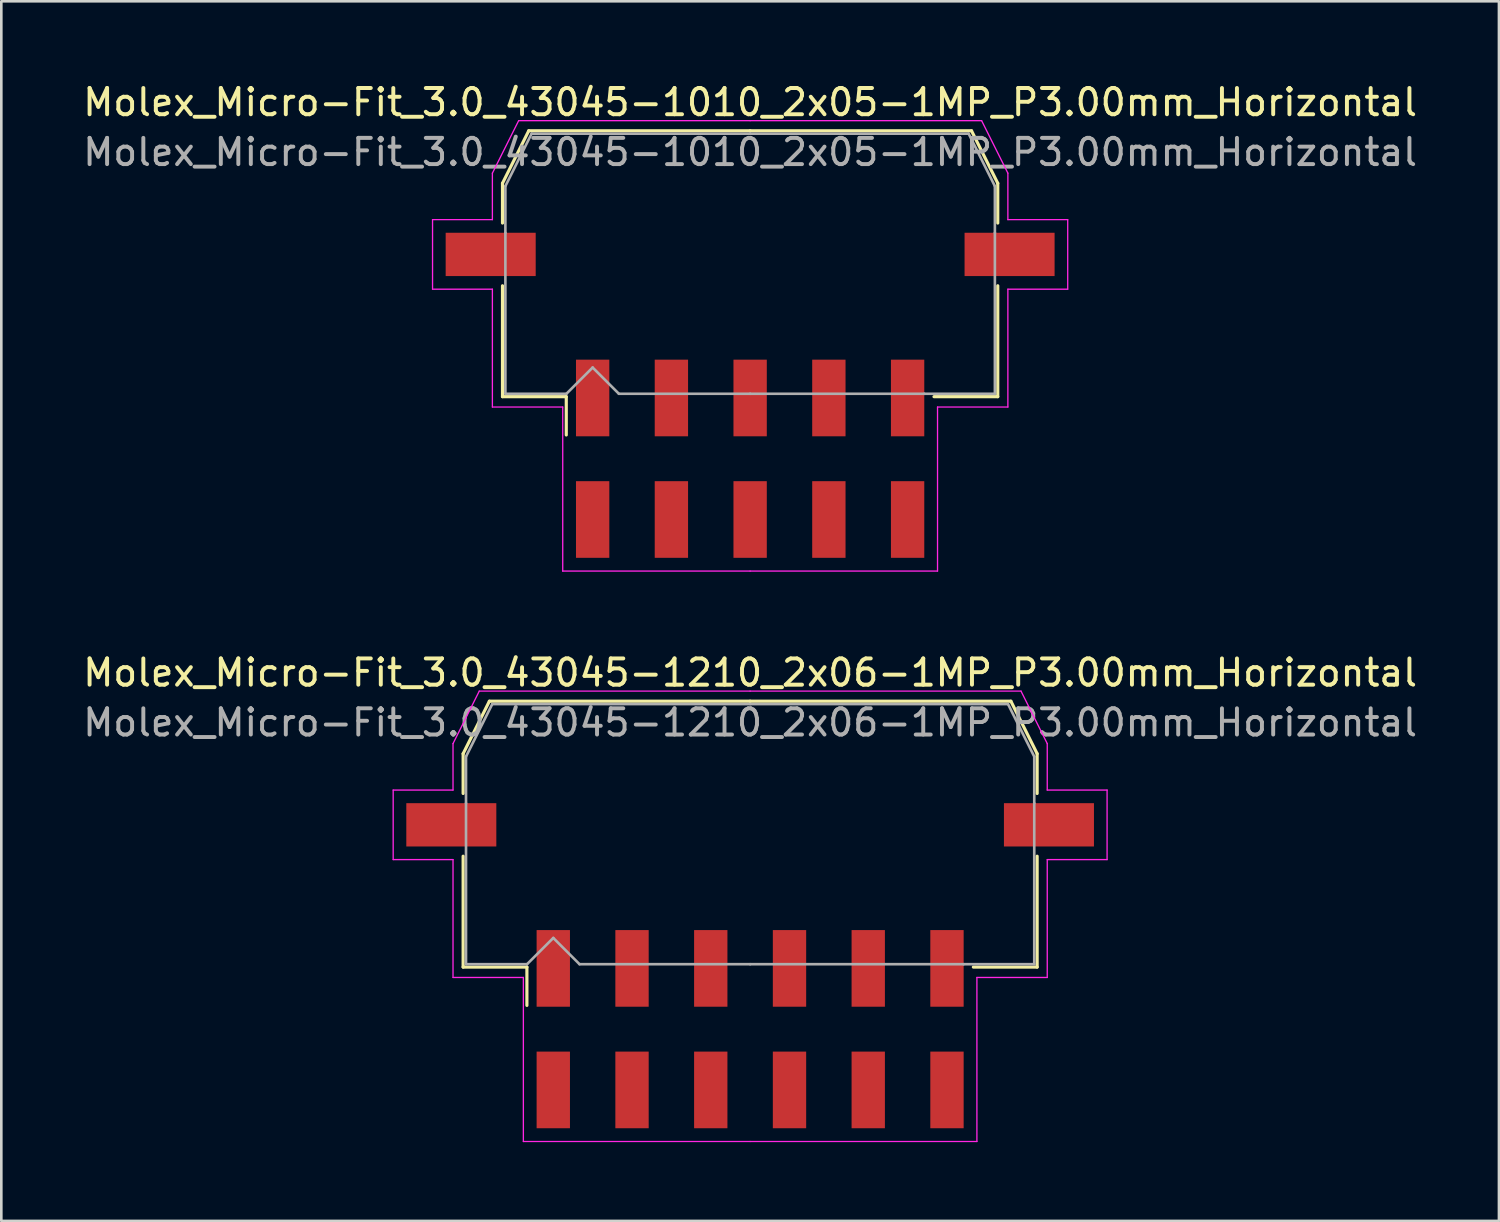
<source format=kicad_pcb>
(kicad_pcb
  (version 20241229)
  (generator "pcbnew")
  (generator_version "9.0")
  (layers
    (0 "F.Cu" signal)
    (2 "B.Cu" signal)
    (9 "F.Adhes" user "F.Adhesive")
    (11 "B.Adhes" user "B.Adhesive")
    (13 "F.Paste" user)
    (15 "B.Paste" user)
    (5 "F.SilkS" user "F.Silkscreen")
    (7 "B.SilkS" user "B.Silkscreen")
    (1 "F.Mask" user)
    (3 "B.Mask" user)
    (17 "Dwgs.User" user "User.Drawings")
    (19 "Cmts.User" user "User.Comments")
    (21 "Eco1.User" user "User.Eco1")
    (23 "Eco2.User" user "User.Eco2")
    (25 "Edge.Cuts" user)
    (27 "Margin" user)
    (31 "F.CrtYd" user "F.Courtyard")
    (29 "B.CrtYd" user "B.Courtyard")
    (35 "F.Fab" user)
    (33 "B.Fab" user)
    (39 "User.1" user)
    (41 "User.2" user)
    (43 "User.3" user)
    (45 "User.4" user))
  (footprint "Molex_Micro-Fit_3.0_43045-1210_2x06-1MP_P3.00mm_Horizontal"
    (layer "F.Cu")
    (at 25.53 36.161)
    (property "Reference" "Molex_Micro-Fit_3.0_43045-1210_2x06-1MP_P3.00mm_Horizontal" (at 0 -13.58 0) (layer "F.SilkS") (effects (font (size 1 1) (thickness 0.15))))
    (attr smd)
    (fp_line (start -10.935 -10.495) (end -10.935 -8.98) (stroke (width 0.12) (type solid)) (layer "F.SilkS"))
    (fp_line (start -10.935 -6.59) (end -10.935 -2.365) (stroke (width 0.12) (type solid)) (layer "F.SilkS"))
    (fp_line (start -10.935 -2.365) (end -8.505 -2.365) (stroke (width 0.12) (type solid)) (layer "F.SilkS"))
    (fp_line (start -9.935 -12.495) (end -10.935 -10.495) (stroke (width 0.12) (type solid)) (layer "F.SilkS"))
    (fp_line (start -8.505 -2.365) (end -8.505 -0.905) (stroke (width 0.12) (type solid)) (layer "F.SilkS"))
    (fp_line (start 0 -12.495) (end -9.935 -12.495) (stroke (width 0.12) (type solid)) (layer "F.SilkS"))
    (fp_line (start 0 -12.495) (end 9.935 -12.495) (stroke (width 0.12) (type solid)) (layer "F.SilkS"))
    (fp_line (start 9.935 -12.495) (end 10.935 -10.495) (stroke (width 0.12) (type solid)) (layer "F.SilkS"))
    (fp_line (start 10.935 -10.495) (end 10.935 -8.98) (stroke (width 0.12) (type solid)) (layer "F.SilkS"))
    (fp_line (start 10.935 -6.59) (end 10.935 -2.365) (stroke (width 0.12) (type solid)) (layer "F.SilkS"))
    (fp_line (start 10.935 -2.365) (end 8.505 -2.365) (stroke (width 0.12) (type solid)) (layer "F.SilkS"))
    (fp_line (start -13.6 -9.11) (end -13.6 -6.46) (stroke (width 0.05) (type solid)) (layer "F.CrtYd"))
    (fp_line (start -13.6 -6.46) (end -11.32 -6.46) (stroke (width 0.05) (type solid)) (layer "F.CrtYd"))
    (fp_line (start -11.32 -10.88) (end -11.32 -9.11) (stroke (width 0.05) (type solid)) (layer "F.CrtYd"))
    (fp_line (start -11.32 -9.11) (end -13.6 -9.11) (stroke (width 0.05) (type solid)) (layer "F.CrtYd"))
    (fp_line (start -11.32 -6.46) (end -11.32 -1.97) (stroke (width 0.05) (type solid)) (layer "F.CrtYd"))
    (fp_line (start -11.32 -1.97) (end -8.64 -1.97) (stroke (width 0.05) (type solid)) (layer "F.CrtYd"))
    (fp_line (start -10.32 -12.88) (end -11.32 -10.88) (stroke (width 0.05) (type solid)) (layer "F.CrtYd"))
    (fp_line (start -8.64 -1.97) (end -8.64 4.28) (stroke (width 0.05) (type solid)) (layer "F.CrtYd"))
    (fp_line (start -8.64 4.28) (end 0 4.28) (stroke (width 0.05) (type solid)) (layer "F.CrtYd"))
    (fp_line (start 0 -12.88) (end -10.32 -12.88) (stroke (width 0.05) (type solid)) (layer "F.CrtYd"))
    (fp_line (start 0 -12.88) (end 10.32 -12.88) (stroke (width 0.05) (type solid)) (layer "F.CrtYd"))
    (fp_line (start 8.64 -1.97) (end 8.64 4.28) (stroke (width 0.05) (type solid)) (layer "F.CrtYd"))
    (fp_line (start 8.64 4.28) (end 0 4.28) (stroke (width 0.05) (type solid)) (layer "F.CrtYd"))
    (fp_line (start 10.32 -12.88) (end 11.32 -10.88) (stroke (width 0.05) (type solid)) (layer "F.CrtYd"))
    (fp_line (start 11.32 -10.88) (end 11.32 -9.11) (stroke (width 0.05) (type solid)) (layer "F.CrtYd"))
    (fp_line (start 11.32 -9.11) (end 13.6 -9.11) (stroke (width 0.05) (type solid)) (layer "F.CrtYd"))
    (fp_line (start 11.32 -6.46) (end 11.32 -1.97) (stroke (width 0.05) (type solid)) (layer "F.CrtYd"))
    (fp_line (start 11.32 -1.97) (end 8.64 -1.97) (stroke (width 0.05) (type solid)) (layer "F.CrtYd"))
    (fp_line (start 13.6 -9.11) (end 13.6 -6.46) (stroke (width 0.05) (type solid)) (layer "F.CrtYd"))
    (fp_line (start 13.6 -6.46) (end 11.32 -6.46) (stroke (width 0.05) (type solid)) (layer "F.CrtYd"))
    (fp_line (start -10.825 -10.385) (end -10.825 -8.61) (stroke (width 0.1) (type solid)) (layer "F.Fab"))
    (fp_line (start -10.825 -8.61) (end -10.825 -2.475) (stroke (width 0.1) (type solid)) (layer "F.Fab"))
    (fp_line (start -10.825 -2.475) (end -8.5 -2.475) (stroke (width 0.1) (type solid)) (layer "F.Fab"))
    (fp_line (start -9.825 -12.385) (end -10.825 -10.385) (stroke (width 0.1) (type solid)) (layer "F.Fab"))
    (fp_line (start -8.5 -2.475) (end -7.5 -3.475) (stroke (width 0.1) (type solid)) (layer "F.Fab"))
    (fp_line (start -7.5 -3.475) (end -6.5 -2.475) (stroke (width 0.1) (type solid)) (layer "F.Fab"))
    (fp_line (start -6.5 -2.475) (end 0 -2.475) (stroke (width 0.1) (type solid)) (layer "F.Fab"))
    (fp_line (start 0 -12.385) (end -9.825 -12.385) (stroke (width 0.1) (type solid)) (layer "F.Fab"))
    (fp_line (start 0 -12.385) (end 9.825 -12.385) (stroke (width 0.1) (type solid)) (layer "F.Fab"))
    (fp_line (start 8.135 -2.475) (end 0 -2.475) (stroke (width 0.1) (type solid)) (layer "F.Fab"))
    (fp_line (start 9.825 -12.385) (end 10.825 -10.385) (stroke (width 0.1) (type solid)) (layer "F.Fab"))
    (fp_line (start 10.825 -10.385) (end 10.825 -8.61) (stroke (width 0.1) (type solid)) (layer "F.Fab"))
    (fp_line (start 10.825 -8.61) (end 10.825 -2.475) (stroke (width 0.1) (type solid)) (layer "F.Fab"))
    (fp_line (start 10.825 -2.475) (end 8.135 -2.475) (stroke (width 0.1) (type solid)) (layer "F.Fab"))
    (fp_text user "${REFERENCE}" (at 0 -11.68 0) (layer "F.Fab") (effects (font (size 1 1) (thickness 0.15))))
    (pad "1" smd rect (at -7.5 -2.315) (size 1.27 2.92) (layers "F.Cu" "F.Mask" "F.Paste"))
    (pad "2" smd rect (at -4.5 -2.315) (size 1.27 2.92) (layers "F.Cu" "F.Mask" "F.Paste"))
    (pad "3" smd rect (at -1.5 -2.315) (size 1.27 2.92) (layers "F.Cu" "F.Mask" "F.Paste"))
    (pad "4" smd rect (at 1.5 -2.315) (size 1.27 2.92) (layers "F.Cu" "F.Mask" "F.Paste"))
    (pad "5" smd rect (at 4.5 -2.315) (size 1.27 2.92) (layers "F.Cu" "F.Mask" "F.Paste"))
    (pad "6" smd rect (at 7.5 -2.315) (size 1.27 2.92) (layers "F.Cu" "F.Mask" "F.Paste"))
    (pad "7" smd rect (at -7.5 2.315) (size 1.27 2.92) (layers "F.Cu" "F.Mask" "F.Paste"))
    (pad "8" smd rect (at -4.5 2.315) (size 1.27 2.92) (layers "F.Cu" "F.Mask" "F.Paste"))
    (pad "9" smd rect (at -1.5 2.315) (size 1.27 2.92) (layers "F.Cu" "F.Mask" "F.Paste"))
    (pad "10" smd rect (at 1.5 2.315) (size 1.27 2.92) (layers "F.Cu" "F.Mask" "F.Paste"))
    (pad "11" smd rect (at 4.5 2.315) (size 1.27 2.92) (layers "F.Cu" "F.Mask" "F.Paste"))
    (pad "12" smd rect (at 7.5 2.315) (size 1.27 2.92) (layers "F.Cu" "F.Mask" "F.Paste"))
    (pad "MP" smd rect (at -11.385 -7.785) (size 3.43 1.65) (layers "F.Cu" "F.Mask" "F.Paste"))
    (pad "MP" smd rect (at 11.385 -7.785) (size 3.43 1.65) (layers "F.Cu" "F.Mask" "F.Paste")))
  (footprint "Molex_Micro-Fit_3.0_43045-1010_2x05-1MP_P3.00mm_Horizontal"
    (layer "F.Cu")
    (at 25.53 14.428)
    (property "Reference" "Molex_Micro-Fit_3.0_43045-1010_2x05-1MP_P3.00mm_Horizontal" (at 0 -13.58 0) (layer "F.SilkS") (effects (font (size 1 1) (thickness 0.15))))
    (attr smd)
    (fp_line (start -9.435 -10.495) (end -9.435 -8.98) (stroke (width 0.12) (type solid)) (layer "F.SilkS"))
    (fp_line (start -9.435 -6.59) (end -9.435 -2.365) (stroke (width 0.12) (type solid)) (layer "F.SilkS"))
    (fp_line (start -9.435 -2.365) (end -7.005 -2.365) (stroke (width 0.12) (type solid)) (layer "F.SilkS"))
    (fp_line (start -8.435 -12.495) (end -9.435 -10.495) (stroke (width 0.12) (type solid)) (layer "F.SilkS"))
    (fp_line (start -7.005 -2.365) (end -7.005 -0.905) (stroke (width 0.12) (type solid)) (layer "F.SilkS"))
    (fp_line (start 0 -12.495) (end -8.435 -12.495) (stroke (width 0.12) (type solid)) (layer "F.SilkS"))
    (fp_line (start 0 -12.495) (end 8.435 -12.495) (stroke (width 0.12) (type solid)) (layer "F.SilkS"))
    (fp_line (start 8.435 -12.495) (end 9.435 -10.495) (stroke (width 0.12) (type solid)) (layer "F.SilkS"))
    (fp_line (start 9.435 -10.495) (end 9.435 -8.98) (stroke (width 0.12) (type solid)) (layer "F.SilkS"))
    (fp_line (start 9.435 -6.59) (end 9.435 -2.365) (stroke (width 0.12) (type solid)) (layer "F.SilkS"))
    (fp_line (start 9.435 -2.365) (end 7.005 -2.365) (stroke (width 0.12) (type solid)) (layer "F.SilkS"))
    (fp_line (start -12.1 -9.11) (end -12.1 -6.46) (stroke (width 0.05) (type solid)) (layer "F.CrtYd"))
    (fp_line (start -12.1 -6.46) (end -9.82 -6.46) (stroke (width 0.05) (type solid)) (layer "F.CrtYd"))
    (fp_line (start -9.82 -10.88) (end -9.82 -9.11) (stroke (width 0.05) (type solid)) (layer "F.CrtYd"))
    (fp_line (start -9.82 -9.11) (end -12.1 -9.11) (stroke (width 0.05) (type solid)) (layer "F.CrtYd"))
    (fp_line (start -9.82 -6.46) (end -9.82 -1.97) (stroke (width 0.05) (type solid)) (layer "F.CrtYd"))
    (fp_line (start -9.82 -1.97) (end -7.14 -1.97) (stroke (width 0.05) (type solid)) (layer "F.CrtYd"))
    (fp_line (start -8.82 -12.88) (end -9.82 -10.88) (stroke (width 0.05) (type solid)) (layer "F.CrtYd"))
    (fp_line (start -7.14 -1.97) (end -7.14 4.28) (stroke (width 0.05) (type solid)) (layer "F.CrtYd"))
    (fp_line (start -7.14 4.28) (end 0 4.28) (stroke (width 0.05) (type solid)) (layer "F.CrtYd"))
    (fp_line (start 0 -12.88) (end -8.82 -12.88) (stroke (width 0.05) (type solid)) (layer "F.CrtYd"))
    (fp_line (start 0 -12.88) (end 8.82 -12.88) (stroke (width 0.05) (type solid)) (layer "F.CrtYd"))
    (fp_line (start 7.14 -1.97) (end 7.14 4.28) (stroke (width 0.05) (type solid)) (layer "F.CrtYd"))
    (fp_line (start 7.14 4.28) (end 0 4.28) (stroke (width 0.05) (type solid)) (layer "F.CrtYd"))
    (fp_line (start 8.82 -12.88) (end 9.82 -10.88) (stroke (width 0.05) (type solid)) (layer "F.CrtYd"))
    (fp_line (start 9.82 -10.88) (end 9.82 -9.11) (stroke (width 0.05) (type solid)) (layer "F.CrtYd"))
    (fp_line (start 9.82 -9.11) (end 12.1 -9.11) (stroke (width 0.05) (type solid)) (layer "F.CrtYd"))
    (fp_line (start 9.82 -6.46) (end 9.82 -1.97) (stroke (width 0.05) (type solid)) (layer "F.CrtYd"))
    (fp_line (start 9.82 -1.97) (end 7.14 -1.97) (stroke (width 0.05) (type solid)) (layer "F.CrtYd"))
    (fp_line (start 12.1 -9.11) (end 12.1 -6.46) (stroke (width 0.05) (type solid)) (layer "F.CrtYd"))
    (fp_line (start 12.1 -6.46) (end 9.82 -6.46) (stroke (width 0.05) (type solid)) (layer "F.CrtYd"))
    (fp_line (start -9.325 -10.385) (end -9.325 -8.61) (stroke (width 0.1) (type solid)) (layer "F.Fab"))
    (fp_line (start -9.325 -8.61) (end -9.325 -2.475) (stroke (width 0.1) (type solid)) (layer "F.Fab"))
    (fp_line (start -9.325 -2.475) (end -7 -2.475) (stroke (width 0.1) (type solid)) (layer "F.Fab"))
    (fp_line (start -8.325 -12.385) (end -9.325 -10.385) (stroke (width 0.1) (type solid)) (layer "F.Fab"))
    (fp_line (start -7 -2.475) (end -6 -3.475) (stroke (width 0.1) (type solid)) (layer "F.Fab"))
    (fp_line (start -6 -3.475) (end -5 -2.475) (stroke (width 0.1) (type solid)) (layer "F.Fab"))
    (fp_line (start -5 -2.475) (end 0 -2.475) (stroke (width 0.1) (type solid)) (layer "F.Fab"))
    (fp_line (start 0 -12.385) (end -8.325 -12.385) (stroke (width 0.1) (type solid)) (layer "F.Fab"))
    (fp_line (start 0 -12.385) (end 8.325 -12.385) (stroke (width 0.1) (type solid)) (layer "F.Fab"))
    (fp_line (start 6.635 -2.475) (end 0 -2.475) (stroke (width 0.1) (type solid)) (layer "F.Fab"))
    (fp_line (start 8.325 -12.385) (end 9.325 -10.385) (stroke (width 0.1) (type solid)) (layer "F.Fab"))
    (fp_line (start 9.325 -10.385) (end 9.325 -8.61) (stroke (width 0.1) (type solid)) (layer "F.Fab"))
    (fp_line (start 9.325 -8.61) (end 9.325 -2.475) (stroke (width 0.1) (type solid)) (layer "F.Fab"))
    (fp_line (start 9.325 -2.475) (end 6.635 -2.475) (stroke (width 0.1) (type solid)) (layer "F.Fab"))
    (fp_text user "${REFERENCE}" (at 0 -11.68 0) (layer "F.Fab") (effects (font (size 1 1) (thickness 0.15))))
    (pad "1" smd rect (at -6 -2.315) (size 1.27 2.92) (layers "F.Cu" "F.Mask" "F.Paste"))
    (pad "2" smd rect (at -3 -2.315) (size 1.27 2.92) (layers "F.Cu" "F.Mask" "F.Paste"))
    (pad "3" smd rect (at 0 -2.315) (size 1.27 2.92) (layers "F.Cu" "F.Mask" "F.Paste"))
    (pad "4" smd rect (at 3 -2.315) (size 1.27 2.92) (layers "F.Cu" "F.Mask" "F.Paste"))
    (pad "5" smd rect (at 6 -2.315) (size 1.27 2.92) (layers "F.Cu" "F.Mask" "F.Paste"))
    (pad "6" smd rect (at -6 2.315) (size 1.27 2.92) (layers "F.Cu" "F.Mask" "F.Paste"))
    (pad "7" smd rect (at -3 2.315) (size 1.27 2.92) (layers "F.Cu" "F.Mask" "F.Paste"))
    (pad "8" smd rect (at 0 2.315) (size 1.27 2.92) (layers "F.Cu" "F.Mask" "F.Paste"))
    (pad "9" smd rect (at 3 2.315) (size 1.27 2.92) (layers "F.Cu" "F.Mask" "F.Paste"))
    (pad "10" smd rect (at 6 2.315) (size 1.27 2.92) (layers "F.Cu" "F.Mask" "F.Paste"))
    (pad "MP" smd rect (at -9.885 -7.785) (size 3.43 1.65) (layers "F.Cu" "F.Mask" "F.Paste"))
    (pad "MP" smd rect (at 9.885 -7.785) (size 3.43 1.65) (layers "F.Cu" "F.Mask" "F.Paste")))
  (gr_rect
    (start -3 -3)
    (end 54.06 43.467)
    (stroke (width 0.1) (type default))
    (fill no)
    (layer "Edge.Cuts")))
</source>
